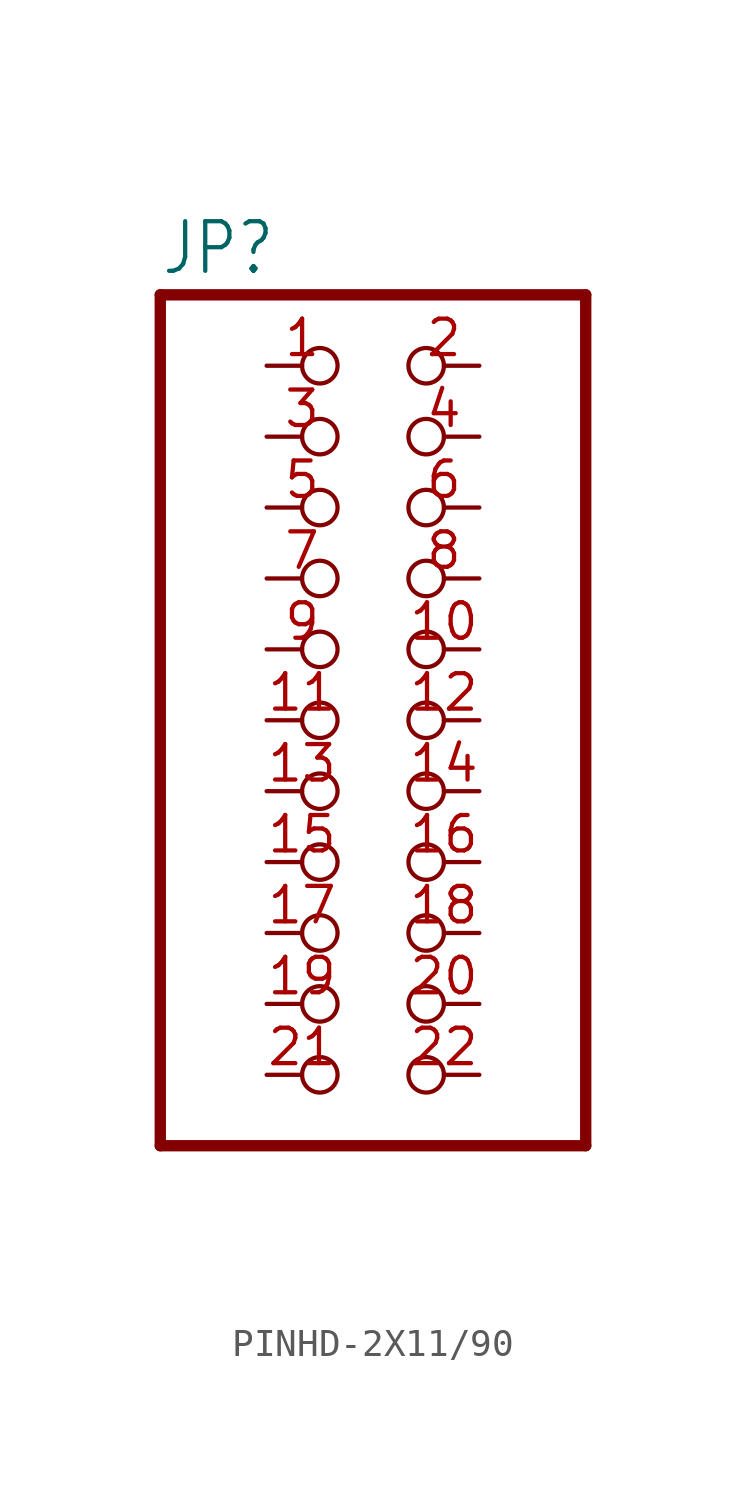
<source format=kicad_sym>
(kicad_symbol_lib
  (version 20231120)
  (generator "kicad_symbol_editor")
  (generator_version "8.0")
  (symbol "PINHD-2X11/90"
    (property "Reference" "JP"
      (at -6.35 15.875 0)
      (effects (font (size 1.778 1.511)) (justify left bottom)))
    (property "Value" ""
      (at -6.35 -17.78 0)
      (effects (font (size 1.778 1.511)) (justify left bottom)))
    (property "ki_locked" ""
      (at 0 0 0)
      (effects (font (size 1.27 1.27))))
    (symbol "PINHD-2X11/90_1_0"
      (polyline (pts (xy -6.35 -15.24) (xy 8.89 -15.24)) (stroke (width 0.406) (type solid)) (fill (type none)))
      (polyline (pts (xy -6.35 15.24) (xy -6.35 -15.24)) (stroke (width 0.406) (type solid)) (fill (type none)))
      (polyline (pts (xy 8.89 -15.24) (xy 8.89 15.24)) (stroke (width 0.406) (type solid)) (fill (type none)))
      (polyline (pts (xy 8.89 15.24) (xy -6.35 15.24)) (stroke (width 0.406) (type solid)) (fill (type none)))
      (pin passive inverted (at -2.54 12.7 0) (length 2.54) (name "1" (effects (font (size 0 0)))) (number "1" (effects (font (size 1.27 1.27)))))
      (pin passive inverted (at 5.08 2.54 180) (length 2.54) (name "10" (effects (font (size 0 0)))) (number "10" (effects (font (size 1.27 1.27)))))
      (pin passive inverted (at -2.54 0 0) (length 2.54) (name "11" (effects (font (size 0 0)))) (number "11" (effects (font (size 1.27 1.27)))))
      (pin passive inverted (at 5.08 0 180) (length 2.54) (name "12" (effects (font (size 0 0)))) (number "12" (effects (font (size 1.27 1.27)))))
      (pin passive inverted (at -2.54 -2.54 0) (length 2.54) (name "13" (effects (font (size 0 0)))) (number "13" (effects (font (size 1.27 1.27)))))
      (pin passive inverted (at 5.08 -2.54 180) (length 2.54) (name "14" (effects (font (size 0 0)))) (number "14" (effects (font (size 1.27 1.27)))))
      (pin passive inverted (at -2.54 -5.08 0) (length 2.54) (name "15" (effects (font (size 0 0)))) (number "15" (effects (font (size 1.27 1.27)))))
      (pin passive inverted (at 5.08 -5.08 180) (length 2.54) (name "16" (effects (font (size 0 0)))) (number "16" (effects (font (size 1.27 1.27)))))
      (pin passive inverted (at -2.54 -7.62 0) (length 2.54) (name "17" (effects (font (size 0 0)))) (number "17" (effects (font (size 1.27 1.27)))))
      (pin passive inverted (at 5.08 -7.62 180) (length 2.54) (name "18" (effects (font (size 0 0)))) (number "18" (effects (font (size 1.27 1.27)))))
      (pin passive inverted (at -2.54 -10.16 0) (length 2.54) (name "19" (effects (font (size 0 0)))) (number "19" (effects (font (size 1.27 1.27)))))
      (pin passive inverted (at 5.08 12.7 180) (length 2.54) (name "2" (effects (font (size 0 0)))) (number "2" (effects (font (size 1.27 1.27)))))
      (pin passive inverted (at 5.08 -10.16 180) (length 2.54) (name "20" (effects (font (size 0 0)))) (number "20" (effects (font (size 1.27 1.27)))))
      (pin passive inverted (at -2.54 -12.7 0) (length 2.54) (name "21" (effects (font (size 0 0)))) (number "21" (effects (font (size 1.27 1.27)))))
      (pin passive inverted (at 5.08 -12.7 180) (length 2.54) (name "22" (effects (font (size 0 0)))) (number "22" (effects (font (size 1.27 1.27)))))
      (pin passive inverted (at -2.54 10.16 0) (length 2.54) (name "3" (effects (font (size 0 0)))) (number "3" (effects (font (size 1.27 1.27)))))
      (pin passive inverted (at 5.08 10.16 180) (length 2.54) (name "4" (effects (font (size 0 0)))) (number "4" (effects (font (size 1.27 1.27)))))
      (pin passive inverted (at -2.54 7.62 0) (length 2.54) (name "5" (effects (font (size 0 0)))) (number "5" (effects (font (size 1.27 1.27)))))
      (pin passive inverted (at 5.08 7.62 180) (length 2.54) (name "6" (effects (font (size 0 0)))) (number "6" (effects (font (size 1.27 1.27)))))
      (pin passive inverted (at -2.54 5.08 0) (length 2.54) (name "7" (effects (font (size 0 0)))) (number "7" (effects (font (size 1.27 1.27)))))
      (pin passive inverted (at 5.08 5.08 180) (length 2.54) (name "8" (effects (font (size 0 0)))) (number "8" (effects (font (size 1.27 1.27)))))
      (pin passive inverted (at -2.54 2.54 0) (length 2.54) (name "9" (effects (font (size 0 0)))) (number "9" (effects (font (size 1.27 1.27))))))))
</source>
